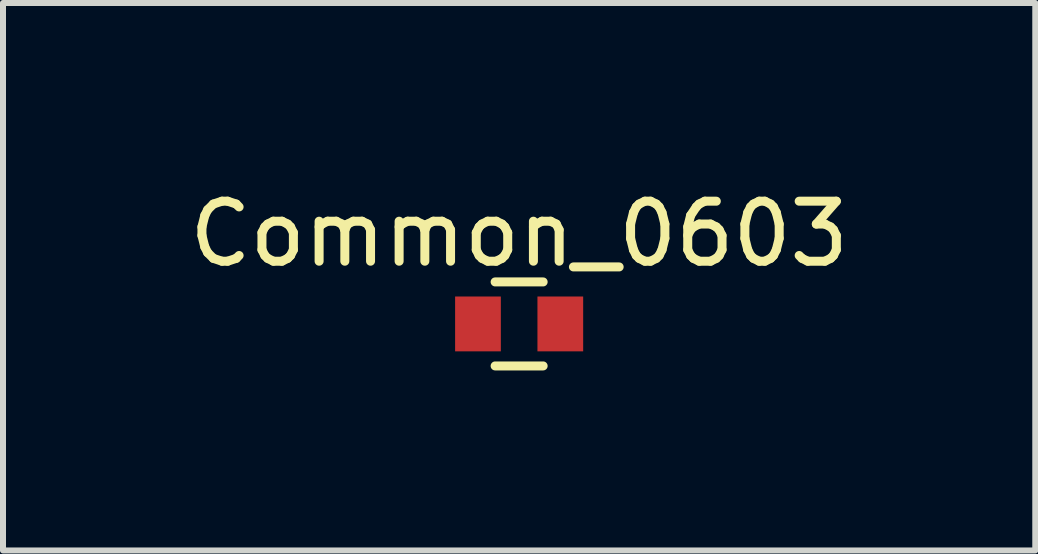
<source format=kicad_pcb>
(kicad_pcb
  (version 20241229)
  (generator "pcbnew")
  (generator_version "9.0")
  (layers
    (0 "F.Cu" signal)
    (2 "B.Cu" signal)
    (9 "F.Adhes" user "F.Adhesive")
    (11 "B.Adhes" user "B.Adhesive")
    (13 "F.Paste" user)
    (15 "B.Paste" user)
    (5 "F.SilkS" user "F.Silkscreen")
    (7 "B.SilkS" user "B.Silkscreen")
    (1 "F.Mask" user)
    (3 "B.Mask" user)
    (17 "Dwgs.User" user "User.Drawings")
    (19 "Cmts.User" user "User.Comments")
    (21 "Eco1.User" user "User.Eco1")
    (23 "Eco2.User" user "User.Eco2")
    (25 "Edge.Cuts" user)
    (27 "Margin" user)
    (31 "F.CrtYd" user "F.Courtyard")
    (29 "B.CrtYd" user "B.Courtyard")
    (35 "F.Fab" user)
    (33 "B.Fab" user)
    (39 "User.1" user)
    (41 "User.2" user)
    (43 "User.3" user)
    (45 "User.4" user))
  (footprint "Common_0603"
    (layer "F.Cu")
    (at 5.601 2.348)
    (property "Reference" "Common_0603" (at 0 -1.5 0) (layer "F.SilkS") (effects (font (size 1 1) (thickness 0.15))))
    (attr smd)
    (fp_line (start -0.4 -0.7) (end 0.4 -0.7) (stroke (width 0.15) (type solid)) (layer "F.SilkS"))
    (fp_line (start -0.4 0.7) (end 0.4 0.7) (stroke (width 0.15) (type solid)) (layer "F.SilkS"))
    (pad "1" smd rect (at -0.686 0) (size 0.762 0.914) (layers "F.Cu" "F.Mask" "F.Paste"))
    (pad "2" smd rect (at 0.686 0) (size 0.762 0.914) (layers "F.Cu" "F.Mask" "F.Paste")))
  (gr_rect
    (start -3 -3)
    (end 14.202 6.123)
    (stroke (width 0.1) (type default))
    (fill no)
    (layer "Edge.Cuts")))
</source>
